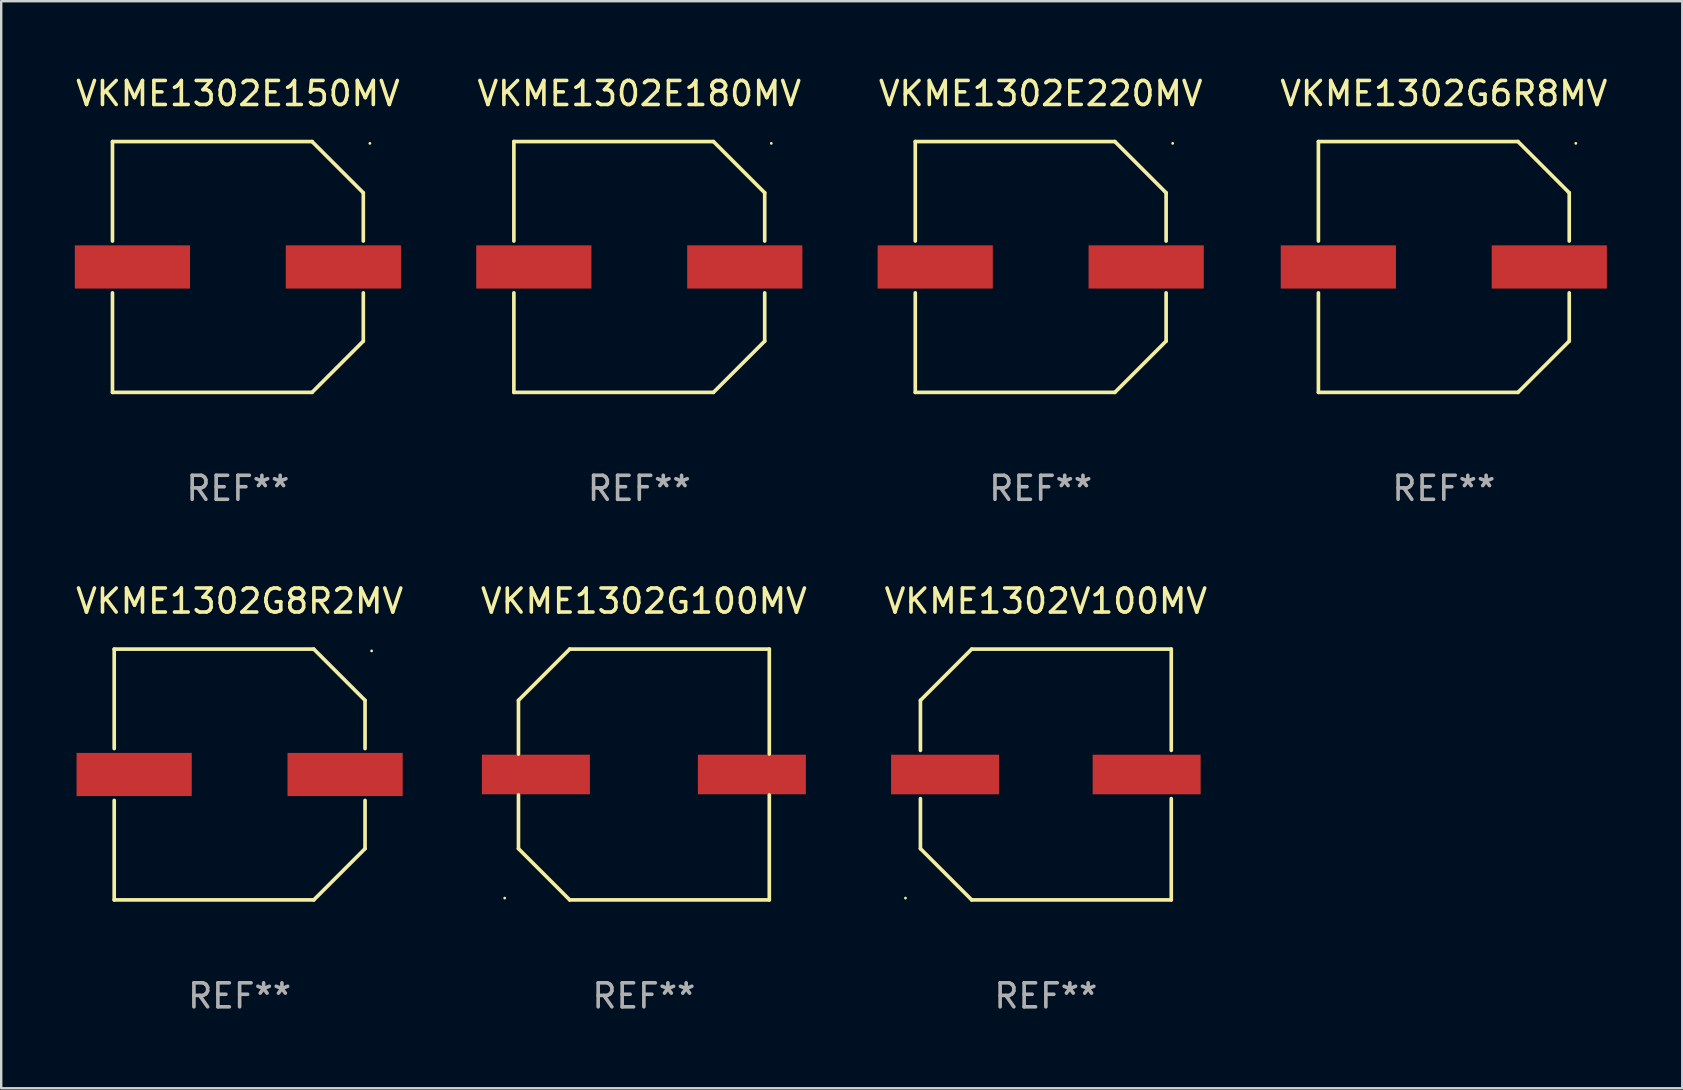
<source format=kicad_pcb>
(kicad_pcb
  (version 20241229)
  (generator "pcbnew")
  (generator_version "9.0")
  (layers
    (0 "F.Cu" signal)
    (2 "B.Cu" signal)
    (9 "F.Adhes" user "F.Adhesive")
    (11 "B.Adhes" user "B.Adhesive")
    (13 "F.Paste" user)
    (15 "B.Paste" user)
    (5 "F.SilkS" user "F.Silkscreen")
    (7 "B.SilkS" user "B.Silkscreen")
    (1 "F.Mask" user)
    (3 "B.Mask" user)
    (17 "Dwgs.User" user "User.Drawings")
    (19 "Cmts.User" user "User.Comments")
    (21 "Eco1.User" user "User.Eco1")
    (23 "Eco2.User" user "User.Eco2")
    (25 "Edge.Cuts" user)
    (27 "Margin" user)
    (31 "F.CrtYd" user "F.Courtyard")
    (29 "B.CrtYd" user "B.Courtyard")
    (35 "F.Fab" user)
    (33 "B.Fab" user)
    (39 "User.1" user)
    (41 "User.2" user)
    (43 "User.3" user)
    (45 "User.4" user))
  (footprint "VKME1302G100MV"
    (layer "F.Cu")
    (at 23.78 29.223)
    (property "Reference" "VKME1302G100MV" (at 0 -7.226 0) (layer "F.SilkS") (effects (font (size 1 1) (thickness 0.15))))
    (attr through_hole)
    (fp_line (start -5.226 -3.09) (end -5.226 -0.852) (stroke (width 0.152) (type solid)) (layer "F.SilkS"))
    (fp_line (start -5.226 3.09) (end -5.226 0.852) (stroke (width 0.152) (type solid)) (layer "F.SilkS"))
    (fp_line (start -3.09 -5.226) (end -5.226 -3.09) (stroke (width 0.152) (type solid)) (layer "F.SilkS"))
    (fp_line (start -3.09 5.226) (end -5.226 3.09) (stroke (width 0.152) (type solid)) (layer "F.SilkS"))
    (fp_line (start 5.226 -5.226) (end -3.09 -5.226) (stroke (width 0.152) (type solid)) (layer "F.SilkS"))
    (fp_line (start 5.226 -0.852) (end 5.226 -5.226) (stroke (width 0.152) (type solid)) (layer "F.SilkS"))
    (fp_line (start 5.226 0.852) (end 5.226 5.226) (stroke (width 0.152) (type solid)) (layer "F.SilkS"))
    (fp_line (start 5.226 5.226) (end -3.09 5.226) (stroke (width 0.152) (type solid)) (layer "F.SilkS"))
    (fp_circle (center -5.8 5.15) (end -5.77 5.15) (stroke (width 0.06) (type solid)) (fill no) (layer "F.SilkS"))
    (fp_text user "REF**" (at 0 9.226 0) (layer "F.Fab") (effects (font (size 1 1) (thickness 0.15))))
    (pad "1" smd rect (at -4.5 0) (size 4.5 1.65) (layers "F.Cu" "F.Mask" "F.Paste"))
    (pad "2" smd rect (at 4.5 0) (size 4.5 1.65) (layers "F.Cu" "F.Mask" "F.Paste")))
  (footprint "VKME1302E220MV"
    (layer "F.Cu")
    (at 40.315 8.074)
    (property "Reference" "VKME1302E220MV" (at 0 -7.226 0) (layer "F.SilkS") (effects (font (size 1 1) (thickness 0.15))))
    (attr through_hole)
    (fp_line (start -5.226 -5.226) (end -5.226 -1.08) (stroke (width 0.152) (type solid)) (layer "F.SilkS"))
    (fp_line (start -5.226 -5.226) (end 3.09 -5.226) (stroke (width 0.152) (type solid)) (layer "F.SilkS"))
    (fp_line (start -5.226 1.08) (end -5.226 5.226) (stroke (width 0.152) (type solid)) (layer "F.SilkS"))
    (fp_line (start -5.226 5.226) (end 3.09 5.226) (stroke (width 0.152) (type solid)) (layer "F.SilkS"))
    (fp_line (start 3.09 -5.226) (end 5.226 -3.09) (stroke (width 0.152) (type solid)) (layer "F.SilkS"))
    (fp_line (start 3.09 5.226) (end 5.226 3.09) (stroke (width 0.152) (type solid)) (layer "F.SilkS"))
    (fp_line (start 5.226 -1.08) (end 5.226 -3.09) (stroke (width 0.152) (type solid)) (layer "F.SilkS"))
    (fp_line (start 5.226 3.09) (end 5.226 1.08) (stroke (width 0.152) (type solid)) (layer "F.SilkS"))
    (fp_circle (center 5.5 -5.15) (end 5.53 -5.15) (stroke (width 0.06) (type solid)) (fill no) (layer "F.SilkS"))
    (fp_text user "REF**" (at 0 9.226 0) (layer "F.Fab") (effects (font (size 1 1) (thickness 0.15))))
    (pad "1" smd rect (at 4.395 0 180) (size 4.8 1.8) (layers "F.Cu" "F.Mask" "F.Paste"))
    (pad "2" smd rect (at -4.395 0 180) (size 4.8 1.8) (layers "F.Cu" "F.Mask" "F.Paste")))
  (footprint "VKME1302V100MV"
    (layer "F.Cu")
    (at 40.53 29.223)
    (property "Reference" "VKME1302V100MV" (at 0 -7.226 0) (layer "F.SilkS") (effects (font (size 1 1) (thickness 0.15))))
    (attr through_hole)
    (fp_line (start -5.226 -3.09) (end -5.226 -1.005) (stroke (width 0.152) (type solid)) (layer "F.SilkS"))
    (fp_line (start -5.226 1.005) (end -5.226 3.09) (stroke (width 0.152) (type solid)) (layer "F.SilkS"))
    (fp_line (start -3.09 -5.226) (end -5.226 -3.09) (stroke (width 0.152) (type solid)) (layer "F.SilkS"))
    (fp_line (start -3.09 5.226) (end -5.226 3.09) (stroke (width 0.152) (type solid)) (layer "F.SilkS"))
    (fp_line (start 5.226 -5.226) (end -3.09 -5.226) (stroke (width 0.152) (type solid)) (layer "F.SilkS"))
    (fp_line (start 5.226 -5.226) (end 5.226 -1.005) (stroke (width 0.152) (type solid)) (layer "F.SilkS"))
    (fp_line (start 5.226 1.005) (end 5.226 5.226) (stroke (width 0.152) (type solid)) (layer "F.SilkS"))
    (fp_line (start 5.226 5.226) (end -3.09 5.226) (stroke (width 0.152) (type solid)) (layer "F.SilkS"))
    (fp_circle (center -5.85 5.15) (end -5.82 5.15) (stroke (width 0.06) (type solid)) (fill no) (layer "F.SilkS"))
    (fp_text user "REF**" (at 0 9.226 0) (layer "F.Fab") (effects (font (size 1 1) (thickness 0.15))))
    (pad "1" smd rect (at -4.2 0.000292) (size 4.5 1.65) (layers "F.Cu" "F.Mask" "F.Paste"))
    (pad "2" smd rect (at 4.2 0.000292) (size 4.5 1.65) (layers "F.Cu" "F.Mask" "F.Paste")))
  (footprint "VKME1302E150MV"
    (layer "F.Cu")
    (at 6.863 8.074)
    (property "Reference" "VKME1302E150MV" (at 0 -7.226 0) (layer "F.SilkS") (effects (font (size 1 1) (thickness 0.15))))
    (attr through_hole)
    (fp_line (start -5.226 -5.226) (end -5.226 -1.08) (stroke (width 0.152) (type solid)) (layer "F.SilkS"))
    (fp_line (start -5.226 -5.226) (end 3.09 -5.226) (stroke (width 0.152) (type solid)) (layer "F.SilkS"))
    (fp_line (start -5.226 1.08) (end -5.226 5.226) (stroke (width 0.152) (type solid)) (layer "F.SilkS"))
    (fp_line (start -5.226 5.226) (end 3.09 5.226) (stroke (width 0.152) (type solid)) (layer "F.SilkS"))
    (fp_line (start 3.09 -5.226) (end 5.226 -3.09) (stroke (width 0.152) (type solid)) (layer "F.SilkS"))
    (fp_line (start 3.09 5.226) (end 5.226 3.09) (stroke (width 0.152) (type solid)) (layer "F.SilkS"))
    (fp_line (start 5.226 -1.08) (end 5.226 -3.09) (stroke (width 0.152) (type solid)) (layer "F.SilkS"))
    (fp_line (start 5.226 3.09) (end 5.226 1.08) (stroke (width 0.152) (type solid)) (layer "F.SilkS"))
    (fp_circle (center 5.5 -5.15) (end 5.53 -5.15) (stroke (width 0.06) (type solid)) (fill no) (layer "F.SilkS"))
    (fp_text user "REF**" (at 0 9.226 0) (layer "F.Fab") (effects (font (size 1 1) (thickness 0.15))))
    (pad "1" smd rect (at 4.395 0 180) (size 4.8 1.8) (layers "F.Cu" "F.Mask" "F.Paste"))
    (pad "2" smd rect (at -4.395 0 180) (size 4.8 1.8) (layers "F.Cu" "F.Mask" "F.Paste")))
  (footprint "VKME1302G8R2MV"
    (layer "F.Cu")
    (at 6.935 29.223)
    (property "Reference" "VKME1302G8R2MV" (at 0 -7.226 0) (layer "F.SilkS") (effects (font (size 1 1) (thickness 0.15))))
    (attr through_hole)
    (fp_line (start -5.226 -5.226) (end -5.226 -1.08) (stroke (width 0.152) (type solid)) (layer "F.SilkS"))
    (fp_line (start -5.226 -5.226) (end 3.09 -5.226) (stroke (width 0.152) (type solid)) (layer "F.SilkS"))
    (fp_line (start -5.226 1.08) (end -5.226 5.226) (stroke (width 0.152) (type solid)) (layer "F.SilkS"))
    (fp_line (start -5.226 5.226) (end 3.09 5.226) (stroke (width 0.152) (type solid)) (layer "F.SilkS"))
    (fp_line (start 3.09 -5.226) (end 5.226 -3.09) (stroke (width 0.152) (type solid)) (layer "F.SilkS"))
    (fp_line (start 3.09 5.226) (end 5.226 3.09) (stroke (width 0.152) (type solid)) (layer "F.SilkS"))
    (fp_line (start 5.226 -1.08) (end 5.226 -3.09) (stroke (width 0.152) (type solid)) (layer "F.SilkS"))
    (fp_line (start 5.226 3.09) (end 5.226 1.08) (stroke (width 0.152) (type solid)) (layer "F.SilkS"))
    (fp_circle (center 5.5 -5.15) (end 5.53 -5.15) (stroke (width 0.06) (type solid)) (fill no) (layer "F.SilkS"))
    (fp_text user "REF**" (at 0 9.226 0) (layer "F.Fab") (effects (font (size 1 1) (thickness 0.15))))
    (pad "1" smd rect (at 4.395 0 180) (size 4.8 1.8) (layers "F.Cu" "F.Mask" "F.Paste"))
    (pad "2" smd rect (at -4.395 0 180) (size 4.8 1.8) (layers "F.Cu" "F.Mask" "F.Paste")))
  (footprint "VKME1302E180MV"
    (layer "F.Cu")
    (at 23.589 8.074)
    (property "Reference" "VKME1302E180MV" (at 0 -7.226 0) (layer "F.SilkS") (effects (font (size 1 1) (thickness 0.15))))
    (attr through_hole)
    (fp_line (start -5.226 -5.226) (end -5.226 -1.08) (stroke (width 0.152) (type solid)) (layer "F.SilkS"))
    (fp_line (start -5.226 -5.226) (end 3.09 -5.226) (stroke (width 0.152) (type solid)) (layer "F.SilkS"))
    (fp_line (start -5.226 1.08) (end -5.226 5.226) (stroke (width 0.152) (type solid)) (layer "F.SilkS"))
    (fp_line (start -5.226 5.226) (end 3.09 5.226) (stroke (width 0.152) (type solid)) (layer "F.SilkS"))
    (fp_line (start 3.09 -5.226) (end 5.226 -3.09) (stroke (width 0.152) (type solid)) (layer "F.SilkS"))
    (fp_line (start 3.09 5.226) (end 5.226 3.09) (stroke (width 0.152) (type solid)) (layer "F.SilkS"))
    (fp_line (start 5.226 -1.08) (end 5.226 -3.09) (stroke (width 0.152) (type solid)) (layer "F.SilkS"))
    (fp_line (start 5.226 3.09) (end 5.226 1.08) (stroke (width 0.152) (type solid)) (layer "F.SilkS"))
    (fp_circle (center 5.5 -5.15) (end 5.53 -5.15) (stroke (width 0.06) (type solid)) (fill no) (layer "F.SilkS"))
    (fp_text user "REF**" (at 0 9.226 0) (layer "F.Fab") (effects (font (size 1 1) (thickness 0.15))))
    (pad "1" smd rect (at 4.395 0 180) (size 4.8 1.8) (layers "F.Cu" "F.Mask" "F.Paste"))
    (pad "2" smd rect (at -4.395 0 180) (size 4.8 1.8) (layers "F.Cu" "F.Mask" "F.Paste")))
  (footprint "VKME1302G6R8MV"
    (layer "F.Cu")
    (at 57.113 8.074)
    (property "Reference" "VKME1302G6R8MV" (at 0 -7.226 0) (layer "F.SilkS") (effects (font (size 1 1) (thickness 0.15))))
    (attr through_hole)
    (fp_line (start -5.226 -5.226) (end -5.226 -1.08) (stroke (width 0.152) (type solid)) (layer "F.SilkS"))
    (fp_line (start -5.226 -5.226) (end 3.09 -5.226) (stroke (width 0.152) (type solid)) (layer "F.SilkS"))
    (fp_line (start -5.226 1.08) (end -5.226 5.226) (stroke (width 0.152) (type solid)) (layer "F.SilkS"))
    (fp_line (start -5.226 5.226) (end 3.09 5.226) (stroke (width 0.152) (type solid)) (layer "F.SilkS"))
    (fp_line (start 3.09 -5.226) (end 5.226 -3.09) (stroke (width 0.152) (type solid)) (layer "F.SilkS"))
    (fp_line (start 3.09 5.226) (end 5.226 3.09) (stroke (width 0.152) (type solid)) (layer "F.SilkS"))
    (fp_line (start 5.226 -1.08) (end 5.226 -3.09) (stroke (width 0.152) (type solid)) (layer "F.SilkS"))
    (fp_line (start 5.226 3.09) (end 5.226 1.08) (stroke (width 0.152) (type solid)) (layer "F.SilkS"))
    (fp_circle (center 5.5 -5.15) (end 5.53 -5.15) (stroke (width 0.06) (type solid)) (fill no) (layer "F.SilkS"))
    (fp_text user "REF**" (at 0 9.226 0) (layer "F.Fab") (effects (font (size 1 1) (thickness 0.15))))
    (pad "1" smd rect (at 4.395 0 180) (size 4.8 1.8) (layers "F.Cu" "F.Mask" "F.Paste"))
    (pad "2" smd rect (at -4.395 0 180) (size 4.8 1.8) (layers "F.Cu" "F.Mask" "F.Paste")))
  (gr_rect
    (start -3 -3)
    (end 67.048 42.298)
    (stroke (width 0.1) (type default))
    (fill no)
    (layer "Edge.Cuts")))
</source>
